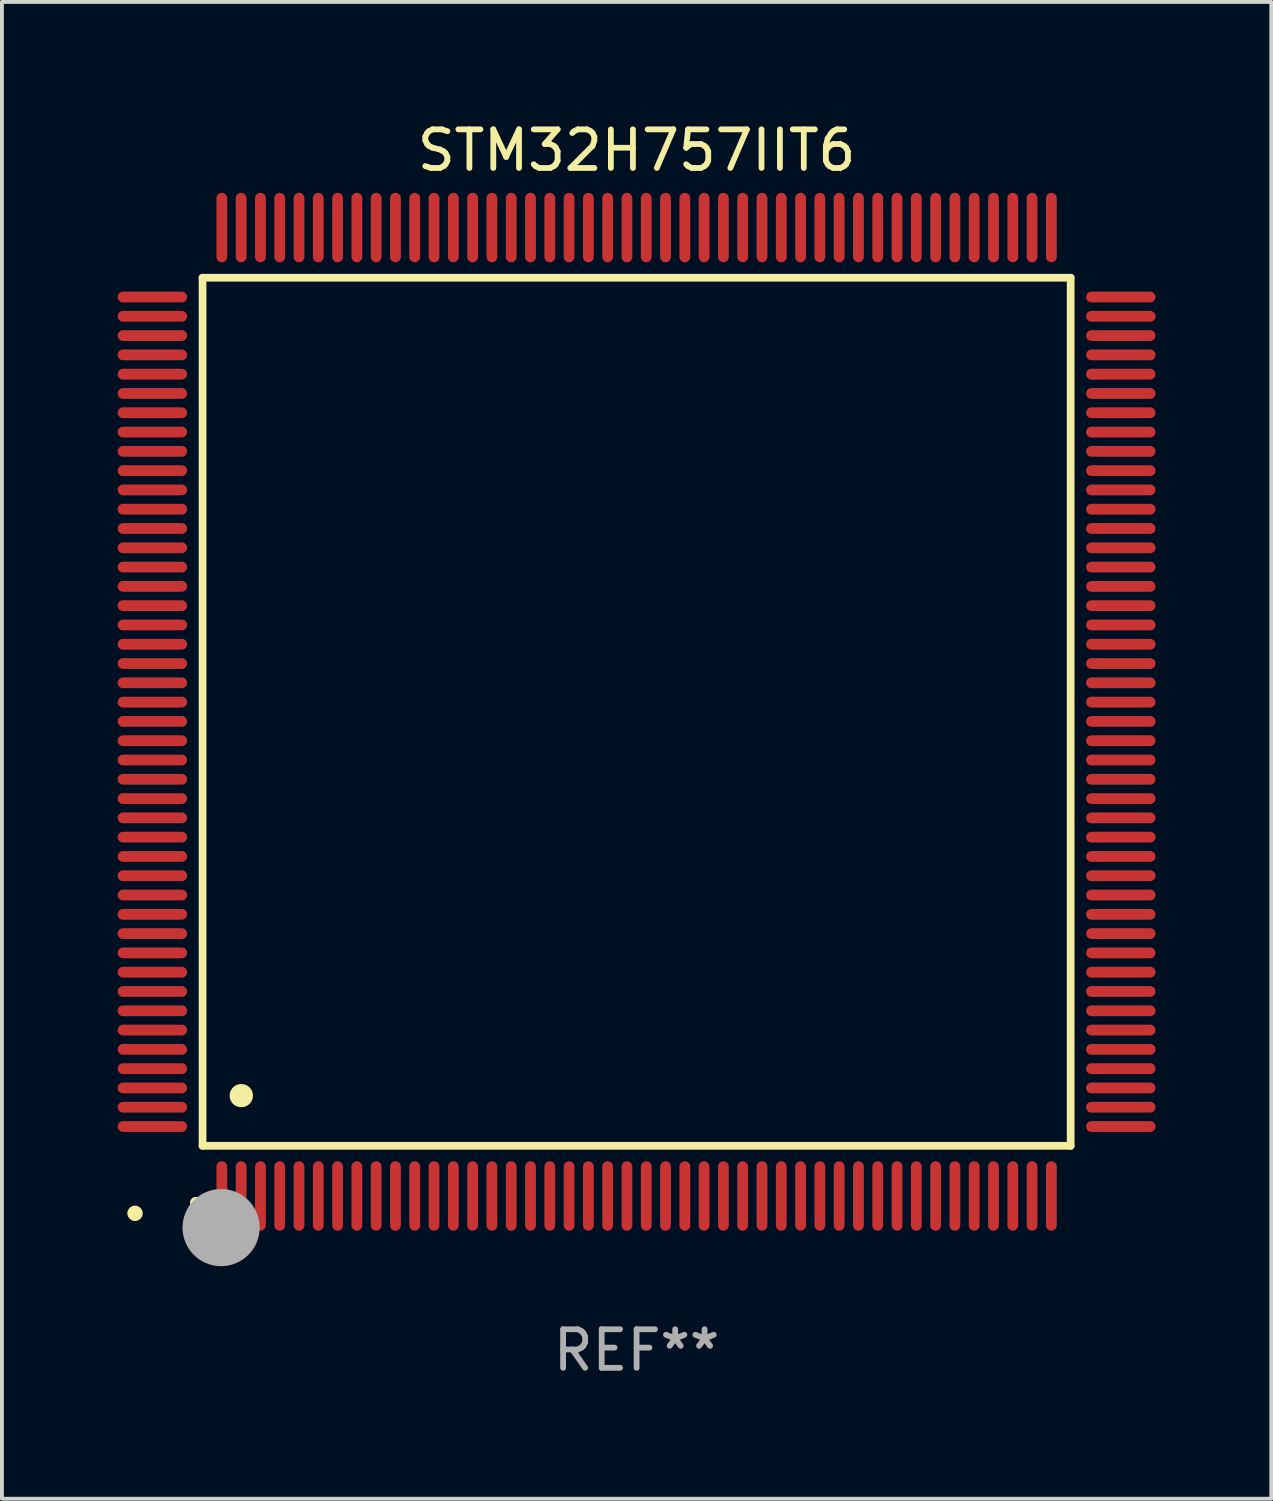
<source format=kicad_pcb>
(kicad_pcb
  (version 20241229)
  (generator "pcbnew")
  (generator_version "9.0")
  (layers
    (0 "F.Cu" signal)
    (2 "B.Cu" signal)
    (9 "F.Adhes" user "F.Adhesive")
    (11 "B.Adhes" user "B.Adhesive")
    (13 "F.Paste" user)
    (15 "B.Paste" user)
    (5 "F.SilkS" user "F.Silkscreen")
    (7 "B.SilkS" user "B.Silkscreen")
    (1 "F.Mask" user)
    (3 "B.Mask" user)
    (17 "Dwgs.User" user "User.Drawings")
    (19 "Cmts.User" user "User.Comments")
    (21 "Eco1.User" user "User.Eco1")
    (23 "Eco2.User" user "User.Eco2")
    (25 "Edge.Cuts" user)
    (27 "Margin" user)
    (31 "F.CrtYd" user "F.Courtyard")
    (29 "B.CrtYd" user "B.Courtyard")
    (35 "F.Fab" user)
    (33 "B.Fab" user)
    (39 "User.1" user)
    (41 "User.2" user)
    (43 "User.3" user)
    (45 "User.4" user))
  (footprint "STM32H757IIT6"
    (layer "F.Cu")
    (at 13.45 15.398)
    (property "Reference" "STM32H757IIT6" (at 0 -14.55 0) (layer "F.SilkS") (effects (font (size 1 1) (thickness 0.15))))
    (attr through_hole)
    (fp_line (start -11.25 -11.25) (end 11.25 -11.25) (stroke (width 0.2) (type solid)) (layer "F.SilkS"))
    (fp_line (start -11.25 11.25) (end -11.25 -11.25) (stroke (width 0.2) (type solid)) (layer "F.SilkS"))
    (fp_line (start 11.25 -11.25) (end 11.25 11.25) (stroke (width 0.2) (type solid)) (layer "F.SilkS"))
    (fp_line (start 11.25 11.25) (end -11.25 11.25) (stroke (width 0.2) (type solid)) (layer "F.SilkS"))
    (fp_arc (start -11.424943 12.725425) (mid -11.423673 12.72542) (end -11.422403 12.725425) (stroke (width 0.3) (type solid)) (layer "F.SilkS"))
    (fp_arc (start -10.24892 9.9492) (mid -10.24638 9.949189) (end -10.24384 9.9492) (stroke (width 0.6) (type solid)) (layer "F.SilkS"))
    (fp_circle (center -13 13) (end -12.9 13) (stroke (width 0.2) (type solid)) (fill no) (layer "F.SilkS"))
    (fp_circle (center -10.77 13.37) (end -10.27 13.37) (stroke (width 1) (type solid)) (fill no) (layer "F.Fab"))
    (fp_text user "REF**" (at 0 16.55 0) (layer "F.Fab") (effects (font (size 1 1) (thickness 0.15))))
    (pad "1" smd oval (at -10.75 12.55) (size 0.28 1.8) (layers "F.Cu" "F.Mask" "F.Paste"))
    (pad "2" smd oval (at -10.25 12.55) (size 0.28 1.8) (layers "F.Cu" "F.Mask" "F.Paste"))
    (pad "3" smd oval (at -9.75 12.55) (size 0.28 1.8) (layers "F.Cu" "F.Mask" "F.Paste"))
    (pad "4" smd oval (at -9.25 12.55) (size 0.28 1.8) (layers "F.Cu" "F.Mask" "F.Paste"))
    (pad "5" smd oval (at -8.75 12.55) (size 0.28 1.8) (layers "F.Cu" "F.Mask" "F.Paste"))
    (pad "6" smd oval (at -8.25 12.55) (size 0.28 1.8) (layers "F.Cu" "F.Mask" "F.Paste"))
    (pad "7" smd oval (at -7.75 12.55) (size 0.28 1.8) (layers "F.Cu" "F.Mask" "F.Paste"))
    (pad "8" smd oval (at -7.25 12.55) (size 0.28 1.8) (layers "F.Cu" "F.Mask" "F.Paste"))
    (pad "9" smd oval (at -6.75 12.55) (size 0.28 1.8) (layers "F.Cu" "F.Mask" "F.Paste"))
    (pad "10" smd oval (at -6.25 12.55) (size 0.28 1.8) (layers "F.Cu" "F.Mask" "F.Paste"))
    (pad "11" smd oval (at -5.75 12.55) (size 0.28 1.8) (layers "F.Cu" "F.Mask" "F.Paste"))
    (pad "12" smd oval (at -5.25 12.55) (size 0.28 1.8) (layers "F.Cu" "F.Mask" "F.Paste"))
    (pad "13" smd oval (at -4.75 12.55) (size 0.28 1.8) (layers "F.Cu" "F.Mask" "F.Paste"))
    (pad "14" smd oval (at -4.25 12.55) (size 0.28 1.8) (layers "F.Cu" "F.Mask" "F.Paste"))
    (pad "15" smd oval (at -3.75 12.55) (size 0.28 1.8) (layers "F.Cu" "F.Mask" "F.Paste"))
    (pad "16" smd oval (at -3.25 12.55) (size 0.28 1.8) (layers "F.Cu" "F.Mask" "F.Paste"))
    (pad "17" smd oval (at -2.75 12.55) (size 0.28 1.8) (layers "F.Cu" "F.Mask" "F.Paste"))
    (pad "18" smd oval (at -2.25 12.55) (size 0.28 1.8) (layers "F.Cu" "F.Mask" "F.Paste"))
    (pad "19" smd oval (at -1.75 12.55) (size 0.28 1.8) (layers "F.Cu" "F.Mask" "F.Paste"))
    (pad "20" smd oval (at -1.25 12.55) (size 0.28 1.8) (layers "F.Cu" "F.Mask" "F.Paste"))
    (pad "21" smd oval (at -0.75 12.55) (size 0.28 1.8) (layers "F.Cu" "F.Mask" "F.Paste"))
    (pad "22" smd oval (at -0.25 12.55) (size 0.28 1.8) (layers "F.Cu" "F.Mask" "F.Paste"))
    (pad "23" smd oval (at 0.25 12.55) (size 0.28 1.8) (layers "F.Cu" "F.Mask" "F.Paste"))
    (pad "24" smd oval (at 0.75 12.55) (size 0.28 1.8) (layers "F.Cu" "F.Mask" "F.Paste"))
    (pad "25" smd oval (at 1.25 12.55) (size 0.28 1.8) (layers "F.Cu" "F.Mask" "F.Paste"))
    (pad "26" smd oval (at 1.75 12.55) (size 0.28 1.8) (layers "F.Cu" "F.Mask" "F.Paste"))
    (pad "27" smd oval (at 2.25 12.55) (size 0.28 1.8) (layers "F.Cu" "F.Mask" "F.Paste"))
    (pad "28" smd oval (at 2.75 12.55) (size 0.28 1.8) (layers "F.Cu" "F.Mask" "F.Paste"))
    (pad "29" smd oval (at 3.25 12.55) (size 0.28 1.8) (layers "F.Cu" "F.Mask" "F.Paste"))
    (pad "30" smd oval (at 3.75 12.55) (size 0.28 1.8) (layers "F.Cu" "F.Mask" "F.Paste"))
    (pad "31" smd oval (at 4.25 12.55) (size 0.28 1.8) (layers "F.Cu" "F.Mask" "F.Paste"))
    (pad "32" smd oval (at 4.75 12.55) (size 0.28 1.8) (layers "F.Cu" "F.Mask" "F.Paste"))
    (pad "33" smd oval (at 5.25 12.55) (size 0.28 1.8) (layers "F.Cu" "F.Mask" "F.Paste"))
    (pad "34" smd oval (at 5.75 12.55) (size 0.28 1.8) (layers "F.Cu" "F.Mask" "F.Paste"))
    (pad "35" smd oval (at 6.25 12.55) (size 0.28 1.8) (layers "F.Cu" "F.Mask" "F.Paste"))
    (pad "36" smd oval (at 6.75 12.55) (size 0.28 1.8) (layers "F.Cu" "F.Mask" "F.Paste"))
    (pad "37" smd oval (at 7.25 12.55) (size 0.28 1.8) (layers "F.Cu" "F.Mask" "F.Paste"))
    (pad "38" smd oval (at 7.75 12.55) (size 0.28 1.8) (layers "F.Cu" "F.Mask" "F.Paste"))
    (pad "39" smd oval (at 8.25 12.55) (size 0.28 1.8) (layers "F.Cu" "F.Mask" "F.Paste"))
    (pad "40" smd oval (at 8.75 12.55) (size 0.28 1.8) (layers "F.Cu" "F.Mask" "F.Paste"))
    (pad "41" smd oval (at 9.25 12.55) (size 0.28 1.8) (layers "F.Cu" "F.Mask" "F.Paste"))
    (pad "42" smd oval (at 9.75 12.55) (size 0.28 1.8) (layers "F.Cu" "F.Mask" "F.Paste"))
    (pad "43" smd oval (at 10.25 12.55) (size 0.28 1.8) (layers "F.Cu" "F.Mask" "F.Paste"))
    (pad "44" smd oval (at 10.75 12.55) (size 0.28 1.8) (layers "F.Cu" "F.Mask" "F.Paste"))
    (pad "45" smd oval (at 12.55 10.75) (size 1.8 0.28) (layers "F.Cu" "F.Mask" "F.Paste"))
    (pad "46" smd oval (at 12.55 10.25) (size 1.8 0.28) (layers "F.Cu" "F.Mask" "F.Paste"))
    (pad "47" smd oval (at 12.55 9.75) (size 1.8 0.28) (layers "F.Cu" "F.Mask" "F.Paste"))
    (pad "48" smd oval (at 12.55 9.25) (size 1.8 0.28) (layers "F.Cu" "F.Mask" "F.Paste"))
    (pad "49" smd oval (at 12.55 8.75) (size 1.8 0.28) (layers "F.Cu" "F.Mask" "F.Paste"))
    (pad "50" smd oval (at 12.55 8.25) (size 1.8 0.28) (layers "F.Cu" "F.Mask" "F.Paste"))
    (pad "51" smd oval (at 12.55 7.75) (size 1.8 0.28) (layers "F.Cu" "F.Mask" "F.Paste"))
    (pad "52" smd oval (at 12.55 7.25) (size 1.8 0.28) (layers "F.Cu" "F.Mask" "F.Paste"))
    (pad "53" smd oval (at 12.55 6.75) (size 1.8 0.28) (layers "F.Cu" "F.Mask" "F.Paste"))
    (pad "54" smd oval (at 12.55 6.25) (size 1.8 0.28) (layers "F.Cu" "F.Mask" "F.Paste"))
    (pad "55" smd oval (at 12.55 5.75) (size 1.8 0.28) (layers "F.Cu" "F.Mask" "F.Paste"))
    (pad "56" smd oval (at 12.55 5.25) (size 1.8 0.28) (layers "F.Cu" "F.Mask" "F.Paste"))
    (pad "57" smd oval (at 12.55 4.75) (size 1.8 0.28) (layers "F.Cu" "F.Mask" "F.Paste"))
    (pad "58" smd oval (at 12.55 4.25) (size 1.8 0.28) (layers "F.Cu" "F.Mask" "F.Paste"))
    (pad "59" smd oval (at 12.55 3.75) (size 1.8 0.28) (layers "F.Cu" "F.Mask" "F.Paste"))
    (pad "60" smd oval (at 12.55 3.25) (size 1.8 0.28) (layers "F.Cu" "F.Mask" "F.Paste"))
    (pad "61" smd oval (at 12.55 2.75) (size 1.8 0.28) (layers "F.Cu" "F.Mask" "F.Paste"))
    (pad "62" smd oval (at 12.55 2.25) (size 1.8 0.28) (layers "F.Cu" "F.Mask" "F.Paste"))
    (pad "63" smd oval (at 12.55 1.75) (size 1.8 0.28) (layers "F.Cu" "F.Mask" "F.Paste"))
    (pad "64" smd oval (at 12.55 1.25) (size 1.8 0.28) (layers "F.Cu" "F.Mask" "F.Paste"))
    (pad "65" smd oval (at 12.55 0.75) (size 1.8 0.28) (layers "F.Cu" "F.Mask" "F.Paste"))
    (pad "66" smd oval (at 12.55 0.25) (size 1.8 0.28) (layers "F.Cu" "F.Mask" "F.Paste"))
    (pad "67" smd oval (at 12.55 -0.25) (size 1.8 0.28) (layers "F.Cu" "F.Mask" "F.Paste"))
    (pad "68" smd oval (at 12.55 -0.75) (size 1.8 0.28) (layers "F.Cu" "F.Mask" "F.Paste"))
    (pad "69" smd oval (at 12.55 -1.25) (size 1.8 0.28) (layers "F.Cu" "F.Mask" "F.Paste"))
    (pad "70" smd oval (at 12.55 -1.75) (size 1.8 0.28) (layers "F.Cu" "F.Mask" "F.Paste"))
    (pad "71" smd oval (at 12.55 -2.25) (size 1.8 0.28) (layers "F.Cu" "F.Mask" "F.Paste"))
    (pad "72" smd oval (at 12.55 -2.75) (size 1.8 0.28) (layers "F.Cu" "F.Mask" "F.Paste"))
    (pad "73" smd oval (at 12.55 -3.25) (size 1.8 0.28) (layers "F.Cu" "F.Mask" "F.Paste"))
    (pad "74" smd oval (at 12.55 -3.75) (size 1.8 0.28) (layers "F.Cu" "F.Mask" "F.Paste"))
    (pad "75" smd oval (at 12.55 -4.25) (size 1.8 0.28) (layers "F.Cu" "F.Mask" "F.Paste"))
    (pad "76" smd oval (at 12.55 -4.75) (size 1.8 0.28) (layers "F.Cu" "F.Mask" "F.Paste"))
    (pad "77" smd oval (at 12.55 -5.25) (size 1.8 0.28) (layers "F.Cu" "F.Mask" "F.Paste"))
    (pad "78" smd oval (at 12.55 -5.75) (size 1.8 0.28) (layers "F.Cu" "F.Mask" "F.Paste"))
    (pad "79" smd oval (at 12.55 -6.25) (size 1.8 0.28) (layers "F.Cu" "F.Mask" "F.Paste"))
    (pad "80" smd oval (at 12.55 -6.75) (size 1.8 0.28) (layers "F.Cu" "F.Mask" "F.Paste"))
    (pad "81" smd oval (at 12.55 -7.25) (size 1.8 0.28) (layers "F.Cu" "F.Mask" "F.Paste"))
    (pad "82" smd oval (at 12.55 -7.75) (size 1.8 0.28) (layers "F.Cu" "F.Mask" "F.Paste"))
    (pad "83" smd oval (at 12.55 -8.25) (size 1.8 0.28) (layers "F.Cu" "F.Mask" "F.Paste"))
    (pad "84" smd oval (at 12.55 -8.75) (size 1.8 0.28) (layers "F.Cu" "F.Mask" "F.Paste"))
    (pad "85" smd oval (at 12.55 -9.25) (size 1.8 0.28) (layers "F.Cu" "F.Mask" "F.Paste"))
    (pad "86" smd oval (at 12.55 -9.75) (size 1.8 0.28) (layers "F.Cu" "F.Mask" "F.Paste"))
    (pad "87" smd oval (at 12.55 -10.25) (size 1.8 0.28) (layers "F.Cu" "F.Mask" "F.Paste"))
    (pad "88" smd oval (at 12.55 -10.75) (size 1.8 0.28) (layers "F.Cu" "F.Mask" "F.Paste"))
    (pad "89" smd oval (at 10.75 -12.55) (size 0.28 1.8) (layers "F.Cu" "F.Mask" "F.Paste"))
    (pad "90" smd oval (at 10.25 -12.55) (size 0.28 1.8) (layers "F.Cu" "F.Mask" "F.Paste"))
    (pad "91" smd oval (at 9.75 -12.55) (size 0.28 1.8) (layers "F.Cu" "F.Mask" "F.Paste"))
    (pad "92" smd oval (at 9.25 -12.55) (size 0.28 1.8) (layers "F.Cu" "F.Mask" "F.Paste"))
    (pad "93" smd oval (at 8.75 -12.55) (size 0.28 1.8) (layers "F.Cu" "F.Mask" "F.Paste"))
    (pad "94" smd oval (at 8.25 -12.55) (size 0.28 1.8) (layers "F.Cu" "F.Mask" "F.Paste"))
    (pad "95" smd oval (at 7.75 -12.55) (size 0.28 1.8) (layers "F.Cu" "F.Mask" "F.Paste"))
    (pad "96" smd oval (at 7.25 -12.55) (size 0.28 1.8) (layers "F.Cu" "F.Mask" "F.Paste"))
    (pad "97" smd oval (at 6.75 -12.55) (size 0.28 1.8) (layers "F.Cu" "F.Mask" "F.Paste"))
    (pad "98" smd oval (at 6.25 -12.55) (size 0.28 1.8) (layers "F.Cu" "F.Mask" "F.Paste"))
    (pad "99" smd oval (at 5.75 -12.55) (size 0.28 1.8) (layers "F.Cu" "F.Mask" "F.Paste"))
    (pad "100" smd oval (at 5.25 -12.55) (size 0.28 1.8) (layers "F.Cu" "F.Mask" "F.Paste"))
    (pad "101" smd oval (at 4.75 -12.55) (size 0.28 1.8) (layers "F.Cu" "F.Mask" "F.Paste"))
    (pad "102" smd oval (at 4.25 -12.55) (size 0.28 1.8) (layers "F.Cu" "F.Mask" "F.Paste"))
    (pad "103" smd oval (at 3.75 -12.55) (size 0.28 1.8) (layers "F.Cu" "F.Mask" "F.Paste"))
    (pad "104" smd oval (at 3.25 -12.55) (size 0.28 1.8) (layers "F.Cu" "F.Mask" "F.Paste"))
    (pad "105" smd oval (at 2.75 -12.55) (size 0.28 1.8) (layers "F.Cu" "F.Mask" "F.Paste"))
    (pad "106" smd oval (at 2.25 -12.55) (size 0.28 1.8) (layers "F.Cu" "F.Mask" "F.Paste"))
    (pad "107" smd oval (at 1.75 -12.55) (size 0.28 1.8) (layers "F.Cu" "F.Mask" "F.Paste"))
    (pad "108" smd oval (at 1.25 -12.55) (size 0.28 1.8) (layers "F.Cu" "F.Mask" "F.Paste"))
    (pad "109" smd oval (at 0.75 -12.55) (size 0.28 1.8) (layers "F.Cu" "F.Mask" "F.Paste"))
    (pad "110" smd oval (at 0.25 -12.55) (size 0.28 1.8) (layers "F.Cu" "F.Mask" "F.Paste"))
    (pad "111" smd oval (at -0.25 -12.55) (size 0.28 1.8) (layers "F.Cu" "F.Mask" "F.Paste"))
    (pad "112" smd oval (at -0.75 -12.55) (size 0.28 1.8) (layers "F.Cu" "F.Mask" "F.Paste"))
    (pad "113" smd oval (at -1.25 -12.55) (size 0.28 1.8) (layers "F.Cu" "F.Mask" "F.Paste"))
    (pad "114" smd oval (at -1.75 -12.55) (size 0.28 1.8) (layers "F.Cu" "F.Mask" "F.Paste"))
    (pad "115" smd oval (at -2.25 -12.55) (size 0.28 1.8) (layers "F.Cu" "F.Mask" "F.Paste"))
    (pad "116" smd oval (at -2.75 -12.55) (size 0.28 1.8) (layers "F.Cu" "F.Mask" "F.Paste"))
    (pad "117" smd oval (at -3.25 -12.55) (size 0.28 1.8) (layers "F.Cu" "F.Mask" "F.Paste"))
    (pad "118" smd oval (at -3.75 -12.55) (size 0.28 1.8) (layers "F.Cu" "F.Mask" "F.Paste"))
    (pad "119" smd oval (at -4.25 -12.55) (size 0.28 1.8) (layers "F.Cu" "F.Mask" "F.Paste"))
    (pad "120" smd oval (at -4.75 -12.55) (size 0.28 1.8) (layers "F.Cu" "F.Mask" "F.Paste"))
    (pad "121" smd oval (at -5.25 -12.55) (size 0.28 1.8) (layers "F.Cu" "F.Mask" "F.Paste"))
    (pad "122" smd oval (at -5.75 -12.55) (size 0.28 1.8) (layers "F.Cu" "F.Mask" "F.Paste"))
    (pad "123" smd oval (at -6.25 -12.55) (size 0.28 1.8) (layers "F.Cu" "F.Mask" "F.Paste"))
    (pad "124" smd oval (at -6.75 -12.55) (size 0.28 1.8) (layers "F.Cu" "F.Mask" "F.Paste"))
    (pad "125" smd oval (at -7.25 -12.55) (size 0.28 1.8) (layers "F.Cu" "F.Mask" "F.Paste"))
    (pad "126" smd oval (at -7.75 -12.55) (size 0.28 1.8) (layers "F.Cu" "F.Mask" "F.Paste"))
    (pad "127" smd oval (at -8.25 -12.55) (size 0.28 1.8) (layers "F.Cu" "F.Mask" "F.Paste"))
    (pad "128" smd oval (at -8.75 -12.55) (size 0.28 1.8) (layers "F.Cu" "F.Mask" "F.Paste"))
    (pad "129" smd oval (at -9.25 -12.55) (size 0.28 1.8) (layers "F.Cu" "F.Mask" "F.Paste"))
    (pad "130" smd oval (at -9.75 -12.55) (size 0.28 1.8) (layers "F.Cu" "F.Mask" "F.Paste"))
    (pad "131" smd oval (at -10.25 -12.55) (size 0.28 1.8) (layers "F.Cu" "F.Mask" "F.Paste"))
    (pad "132" smd oval (at -10.75 -12.55) (size 0.28 1.8) (layers "F.Cu" "F.Mask" "F.Paste"))
    (pad "133" smd oval (at -12.55 -10.75) (size 1.8 0.28) (layers "F.Cu" "F.Mask" "F.Paste"))
    (pad "134" smd oval (at -12.55 -10.25) (size 1.8 0.28) (layers "F.Cu" "F.Mask" "F.Paste"))
    (pad "135" smd oval (at -12.55 -9.75) (size 1.8 0.28) (layers "F.Cu" "F.Mask" "F.Paste"))
    (pad "136" smd oval (at -12.55 -9.25) (size 1.8 0.28) (layers "F.Cu" "F.Mask" "F.Paste"))
    (pad "137" smd oval (at -12.55 -8.75) (size 1.8 0.28) (layers "F.Cu" "F.Mask" "F.Paste"))
    (pad "138" smd oval (at -12.55 -8.25) (size 1.8 0.28) (layers "F.Cu" "F.Mask" "F.Paste"))
    (pad "139" smd oval (at -12.55 -7.75) (size 1.8 0.28) (layers "F.Cu" "F.Mask" "F.Paste"))
    (pad "140" smd oval (at -12.55 -7.25) (size 1.8 0.28) (layers "F.Cu" "F.Mask" "F.Paste"))
    (pad "141" smd oval (at -12.55 -6.75) (size 1.8 0.28) (layers "F.Cu" "F.Mask" "F.Paste"))
    (pad "142" smd oval (at -12.55 -6.25) (size 1.8 0.28) (layers "F.Cu" "F.Mask" "F.Paste"))
    (pad "143" smd oval (at -12.55 -5.75) (size 1.8 0.28) (layers "F.Cu" "F.Mask" "F.Paste"))
    (pad "144" smd oval (at -12.55 -5.25) (size 1.8 0.28) (layers "F.Cu" "F.Mask" "F.Paste"))
    (pad "145" smd oval (at -12.55 -4.75) (size 1.8 0.28) (layers "F.Cu" "F.Mask" "F.Paste"))
    (pad "146" smd oval (at -12.55 -4.25) (size 1.8 0.28) (layers "F.Cu" "F.Mask" "F.Paste"))
    (pad "147" smd oval (at -12.55 -3.75) (size 1.8 0.28) (layers "F.Cu" "F.Mask" "F.Paste"))
    (pad "148" smd oval (at -12.55 -3.25) (size 1.8 0.28) (layers "F.Cu" "F.Mask" "F.Paste"))
    (pad "149" smd oval (at -12.55 -2.75) (size 1.8 0.28) (layers "F.Cu" "F.Mask" "F.Paste"))
    (pad "150" smd oval (at -12.55 -2.25) (size 1.8 0.28) (layers "F.Cu" "F.Mask" "F.Paste"))
    (pad "151" smd oval (at -12.55 -1.75) (size 1.8 0.28) (layers "F.Cu" "F.Mask" "F.Paste"))
    (pad "152" smd oval (at -12.55 -1.25) (size 1.8 0.28) (layers "F.Cu" "F.Mask" "F.Paste"))
    (pad "153" smd oval (at -12.55 -0.75) (size 1.8 0.28) (layers "F.Cu" "F.Mask" "F.Paste"))
    (pad "154" smd oval (at -12.55 -0.25) (size 1.8 0.28) (layers "F.Cu" "F.Mask" "F.Paste"))
    (pad "155" smd oval (at -12.55 0.25) (size 1.8 0.28) (layers "F.Cu" "F.Mask" "F.Paste"))
    (pad "156" smd oval (at -12.55 0.75) (size 1.8 0.28) (layers "F.Cu" "F.Mask" "F.Paste"))
    (pad "157" smd oval (at -12.55 1.25) (size 1.8 0.28) (layers "F.Cu" "F.Mask" "F.Paste"))
    (pad "158" smd oval (at -12.55 1.75) (size 1.8 0.28) (layers "F.Cu" "F.Mask" "F.Paste"))
    (pad "159" smd oval (at -12.55 2.25) (size 1.8 0.28) (layers "F.Cu" "F.Mask" "F.Paste"))
    (pad "160" smd oval (at -12.55 2.75) (size 1.8 0.28) (layers "F.Cu" "F.Mask" "F.Paste"))
    (pad "161" smd oval (at -12.55 3.25) (size 1.8 0.28) (layers "F.Cu" "F.Mask" "F.Paste"))
    (pad "162" smd oval (at -12.55 3.75) (size 1.8 0.28) (layers "F.Cu" "F.Mask" "F.Paste"))
    (pad "163" smd oval (at -12.55 4.25) (size 1.8 0.28) (layers "F.Cu" "F.Mask" "F.Paste"))
    (pad "164" smd oval (at -12.55 4.75) (size 1.8 0.28) (layers "F.Cu" "F.Mask" "F.Paste"))
    (pad "165" smd oval (at -12.55 5.25) (size 1.8 0.28) (layers "F.Cu" "F.Mask" "F.Paste"))
    (pad "166" smd oval (at -12.55 5.75) (size 1.8 0.28) (layers "F.Cu" "F.Mask" "F.Paste"))
    (pad "167" smd oval (at -12.55 6.25) (size 1.8 0.28) (layers "F.Cu" "F.Mask" "F.Paste"))
    (pad "168" smd oval (at -12.55 6.75) (size 1.8 0.28) (layers "F.Cu" "F.Mask" "F.Paste"))
    (pad "169" smd oval (at -12.55 7.25) (size 1.8 0.28) (layers "F.Cu" "F.Mask" "F.Paste"))
    (pad "170" smd oval (at -12.55 7.75) (size 1.8 0.28) (layers "F.Cu" "F.Mask" "F.Paste"))
    (pad "171" smd oval (at -12.55 8.25) (size 1.8 0.28) (layers "F.Cu" "F.Mask" "F.Paste"))
    (pad "172" smd oval (at -12.55 8.75) (size 1.8 0.28) (layers "F.Cu" "F.Mask" "F.Paste"))
    (pad "173" smd oval (at -12.55 9.25) (size 1.8 0.28) (layers "F.Cu" "F.Mask" "F.Paste"))
    (pad "174" smd oval (at -12.55 9.75) (size 1.8 0.28) (layers "F.Cu" "F.Mask" "F.Paste"))
    (pad "175" smd oval (at -12.55 10.25) (size 1.8 0.28) (layers "F.Cu" "F.Mask" "F.Paste"))
    (pad "176" smd oval (at -12.55 10.75) (size 1.8 0.28) (layers "F.Cu" "F.Mask" "F.Paste")))
  (gr_rect
    (start -3 -3)
    (end 29.9 35.796)
    (stroke (width 0.1) (type default))
    (fill no)
    (layer "Edge.Cuts")))
</source>
